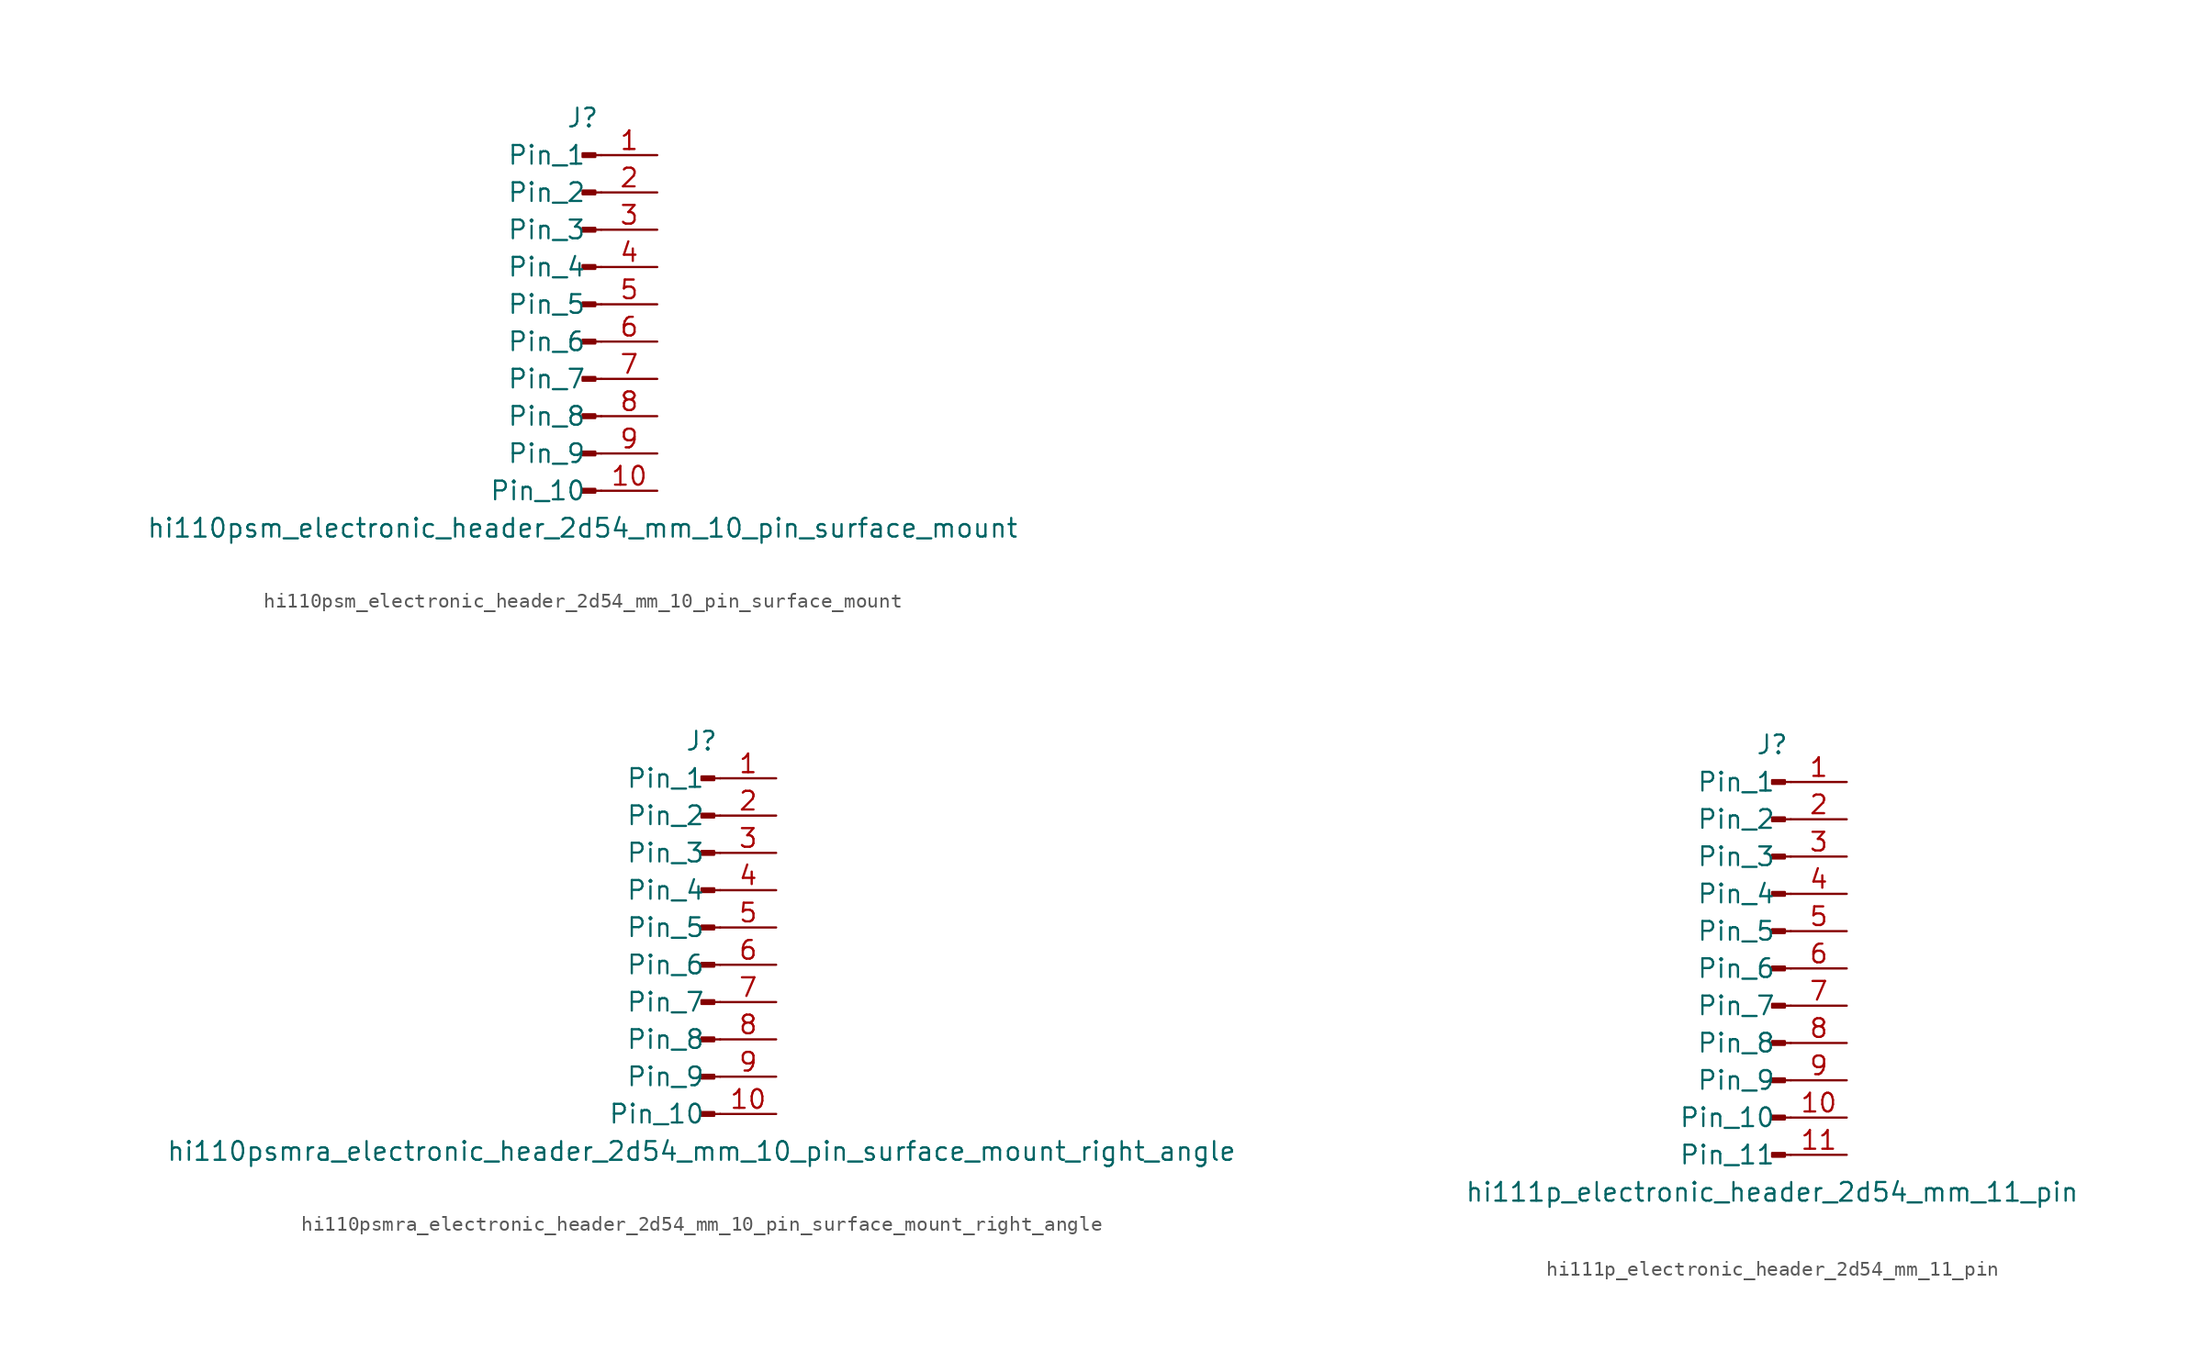
<source format=kicad_sym>
(kicad_symbol_lib
  (version 20220914)
  (generator kicad_symbol_editor)
  (symbol "hi110psm_electronic_header_2d54_mm_10_pin_surface_mount"
    (pin_names
      (offset 1.016))
    (property "Reference" "J"
      (at 0 12.7 0)
      (effects (font (size 1.27 1.27))))
    (property "Value" "hi110psm_electronic_header_2d54_mm_10_pin_surface_mount"
      (at 0 -15.24 0)
      (effects (font (size 1.27 1.27))))
    (property "ki_locked" ""
      (at 0 0 0)
      (effects (font (size 1.27 1.27))))
    (symbol "hi110psm_electronic_header_2d54_mm_10_pin_surface_mount_1_1"
      (polyline (pts (xy 1.27 -12.7) (xy 0.864 -12.7)) (stroke (width 0.152) (type default)) (fill (type none)))
      (polyline (pts (xy 1.27 -10.16) (xy 0.864 -10.16)) (stroke (width 0.152) (type default)) (fill (type none)))
      (polyline (pts (xy 1.27 -7.62) (xy 0.864 -7.62)) (stroke (width 0.152) (type default)) (fill (type none)))
      (polyline (pts (xy 1.27 -5.08) (xy 0.864 -5.08)) (stroke (width 0.152) (type default)) (fill (type none)))
      (polyline (pts (xy 1.27 -2.54) (xy 0.864 -2.54)) (stroke (width 0.152) (type default)) (fill (type none)))
      (polyline (pts (xy 1.27 0) (xy 0.864 0)) (stroke (width 0.152) (type default)) (fill (type none)))
      (polyline (pts (xy 1.27 2.54) (xy 0.864 2.54)) (stroke (width 0.152) (type default)) (fill (type none)))
      (polyline (pts (xy 1.27 5.08) (xy 0.864 5.08)) (stroke (width 0.152) (type default)) (fill (type none)))
      (polyline (pts (xy 1.27 7.62) (xy 0.864 7.62)) (stroke (width 0.152) (type default)) (fill (type none)))
      (polyline (pts (xy 1.27 10.16) (xy 0.864 10.16)) (stroke (width 0.152) (type default)) (fill (type none)))
      (rectangle (start 0.864 -12.573) (end 0 -12.827) (stroke (width 0.152) (type default)) (fill (type outline)))
      (rectangle (start 0.864 -10.033) (end 0 -10.287) (stroke (width 0.152) (type default)) (fill (type outline)))
      (rectangle (start 0.864 -7.493) (end 0 -7.747) (stroke (width 0.152) (type default)) (fill (type outline)))
      (rectangle (start 0.864 -4.953) (end 0 -5.207) (stroke (width 0.152) (type default)) (fill (type outline)))
      (rectangle (start 0.864 -2.413) (end 0 -2.667) (stroke (width 0.152) (type default)) (fill (type outline)))
      (rectangle (start 0.864 0.127) (end 0 -0.127) (stroke (width 0.152) (type default)) (fill (type outline)))
      (rectangle (start 0.864 2.667) (end 0 2.413) (stroke (width 0.152) (type default)) (fill (type outline)))
      (rectangle (start 0.864 5.207) (end 0 4.953) (stroke (width 0.152) (type default)) (fill (type outline)))
      (rectangle (start 0.864 7.747) (end 0 7.493) (stroke (width 0.152) (type default)) (fill (type outline)))
      (rectangle (start 0.864 10.287) (end 0 10.033) (stroke (width 0.152) (type default)) (fill (type outline)))
      (pin passive line (at 5.08 10.16 180) (length 3.81) (name "Pin_1" (effects (font (size 1.27 1.27)))) (number "1" (effects (font (size 1.27 1.27)))))
      (pin passive line (at 5.08 -12.7 180) (length 3.81) (name "Pin_10" (effects (font (size 1.27 1.27)))) (number "10" (effects (font (size 1.27 1.27)))))
      (pin passive line (at 5.08 7.62 180) (length 3.81) (name "Pin_2" (effects (font (size 1.27 1.27)))) (number "2" (effects (font (size 1.27 1.27)))))
      (pin passive line (at 5.08 5.08 180) (length 3.81) (name "Pin_3" (effects (font (size 1.27 1.27)))) (number "3" (effects (font (size 1.27 1.27)))))
      (pin passive line (at 5.08 2.54 180) (length 3.81) (name "Pin_4" (effects (font (size 1.27 1.27)))) (number "4" (effects (font (size 1.27 1.27)))))
      (pin passive line (at 5.08 0 180) (length 3.81) (name "Pin_5" (effects (font (size 1.27 1.27)))) (number "5" (effects (font (size 1.27 1.27)))))
      (pin passive line (at 5.08 -2.54 180) (length 3.81) (name "Pin_6" (effects (font (size 1.27 1.27)))) (number "6" (effects (font (size 1.27 1.27)))))
      (pin passive line (at 5.08 -5.08 180) (length 3.81) (name "Pin_7" (effects (font (size 1.27 1.27)))) (number "7" (effects (font (size 1.27 1.27)))))
      (pin passive line (at 5.08 -7.62 180) (length 3.81) (name "Pin_8" (effects (font (size 1.27 1.27)))) (number "8" (effects (font (size 1.27 1.27)))))
      (pin passive line (at 5.08 -10.16 180) (length 3.81) (name "Pin_9" (effects (font (size 1.27 1.27)))) (number "9" (effects (font (size 1.27 1.27)))))))
  (symbol "hi110psmra_electronic_header_2d54_mm_10_pin_surface_mount_right_angle"
    (pin_names
      (offset 1.016))
    (property "Reference" "J"
      (at 0 12.7 0)
      (effects (font (size 1.27 1.27))))
    (property "Value" "hi110psmra_electronic_header_2d54_mm_10_pin_surface_mount_right_angle"
      (at 0 -15.24 0)
      (effects (font (size 1.27 1.27))))
    (property "ki_locked" ""
      (at 0 0 0)
      (effects (font (size 1.27 1.27))))
    (symbol "hi110psmra_electronic_header_2d54_mm_10_pin_surface_mount_right_angle_1_1"
      (polyline (pts (xy 1.27 -12.7) (xy 0.864 -12.7)) (stroke (width 0.152) (type default)) (fill (type none)))
      (polyline (pts (xy 1.27 -10.16) (xy 0.864 -10.16)) (stroke (width 0.152) (type default)) (fill (type none)))
      (polyline (pts (xy 1.27 -7.62) (xy 0.864 -7.62)) (stroke (width 0.152) (type default)) (fill (type none)))
      (polyline (pts (xy 1.27 -5.08) (xy 0.864 -5.08)) (stroke (width 0.152) (type default)) (fill (type none)))
      (polyline (pts (xy 1.27 -2.54) (xy 0.864 -2.54)) (stroke (width 0.152) (type default)) (fill (type none)))
      (polyline (pts (xy 1.27 0) (xy 0.864 0)) (stroke (width 0.152) (type default)) (fill (type none)))
      (polyline (pts (xy 1.27 2.54) (xy 0.864 2.54)) (stroke (width 0.152) (type default)) (fill (type none)))
      (polyline (pts (xy 1.27 5.08) (xy 0.864 5.08)) (stroke (width 0.152) (type default)) (fill (type none)))
      (polyline (pts (xy 1.27 7.62) (xy 0.864 7.62)) (stroke (width 0.152) (type default)) (fill (type none)))
      (polyline (pts (xy 1.27 10.16) (xy 0.864 10.16)) (stroke (width 0.152) (type default)) (fill (type none)))
      (rectangle (start 0.864 -12.573) (end 0 -12.827) (stroke (width 0.152) (type default)) (fill (type outline)))
      (rectangle (start 0.864 -10.033) (end 0 -10.287) (stroke (width 0.152) (type default)) (fill (type outline)))
      (rectangle (start 0.864 -7.493) (end 0 -7.747) (stroke (width 0.152) (type default)) (fill (type outline)))
      (rectangle (start 0.864 -4.953) (end 0 -5.207) (stroke (width 0.152) (type default)) (fill (type outline)))
      (rectangle (start 0.864 -2.413) (end 0 -2.667) (stroke (width 0.152) (type default)) (fill (type outline)))
      (rectangle (start 0.864 0.127) (end 0 -0.127) (stroke (width 0.152) (type default)) (fill (type outline)))
      (rectangle (start 0.864 2.667) (end 0 2.413) (stroke (width 0.152) (type default)) (fill (type outline)))
      (rectangle (start 0.864 5.207) (end 0 4.953) (stroke (width 0.152) (type default)) (fill (type outline)))
      (rectangle (start 0.864 7.747) (end 0 7.493) (stroke (width 0.152) (type default)) (fill (type outline)))
      (rectangle (start 0.864 10.287) (end 0 10.033) (stroke (width 0.152) (type default)) (fill (type outline)))
      (pin passive line (at 5.08 10.16 180) (length 3.81) (name "Pin_1" (effects (font (size 1.27 1.27)))) (number "1" (effects (font (size 1.27 1.27)))))
      (pin passive line (at 5.08 -12.7 180) (length 3.81) (name "Pin_10" (effects (font (size 1.27 1.27)))) (number "10" (effects (font (size 1.27 1.27)))))
      (pin passive line (at 5.08 7.62 180) (length 3.81) (name "Pin_2" (effects (font (size 1.27 1.27)))) (number "2" (effects (font (size 1.27 1.27)))))
      (pin passive line (at 5.08 5.08 180) (length 3.81) (name "Pin_3" (effects (font (size 1.27 1.27)))) (number "3" (effects (font (size 1.27 1.27)))))
      (pin passive line (at 5.08 2.54 180) (length 3.81) (name "Pin_4" (effects (font (size 1.27 1.27)))) (number "4" (effects (font (size 1.27 1.27)))))
      (pin passive line (at 5.08 0 180) (length 3.81) (name "Pin_5" (effects (font (size 1.27 1.27)))) (number "5" (effects (font (size 1.27 1.27)))))
      (pin passive line (at 5.08 -2.54 180) (length 3.81) (name "Pin_6" (effects (font (size 1.27 1.27)))) (number "6" (effects (font (size 1.27 1.27)))))
      (pin passive line (at 5.08 -5.08 180) (length 3.81) (name "Pin_7" (effects (font (size 1.27 1.27)))) (number "7" (effects (font (size 1.27 1.27)))))
      (pin passive line (at 5.08 -7.62 180) (length 3.81) (name "Pin_8" (effects (font (size 1.27 1.27)))) (number "8" (effects (font (size 1.27 1.27)))))
      (pin passive line (at 5.08 -10.16 180) (length 3.81) (name "Pin_9" (effects (font (size 1.27 1.27)))) (number "9" (effects (font (size 1.27 1.27)))))))
  (symbol "hi111p_electronic_header_2d54_mm_11_pin"
    (pin_names
      (offset 1.016))
    (property "Reference" "J"
      (at 0 15.24 0)
      (effects (font (size 1.27 1.27))))
    (property "Value" "hi111p_electronic_header_2d54_mm_11_pin"
      (at 0 -15.24 0)
      (effects (font (size 1.27 1.27))))
    (property "ki_locked" ""
      (at 0 0 0)
      (effects (font (size 1.27 1.27))))
    (symbol "hi111p_electronic_header_2d54_mm_11_pin_1_1"
      (polyline (pts (xy 1.27 -12.7) (xy 0.864 -12.7)) (stroke (width 0.152) (type default)) (fill (type none)))
      (polyline (pts (xy 1.27 -10.16) (xy 0.864 -10.16)) (stroke (width 0.152) (type default)) (fill (type none)))
      (polyline (pts (xy 1.27 -7.62) (xy 0.864 -7.62)) (stroke (width 0.152) (type default)) (fill (type none)))
      (polyline (pts (xy 1.27 -5.08) (xy 0.864 -5.08)) (stroke (width 0.152) (type default)) (fill (type none)))
      (polyline (pts (xy 1.27 -2.54) (xy 0.864 -2.54)) (stroke (width 0.152) (type default)) (fill (type none)))
      (polyline (pts (xy 1.27 0) (xy 0.864 0)) (stroke (width 0.152) (type default)) (fill (type none)))
      (polyline (pts (xy 1.27 2.54) (xy 0.864 2.54)) (stroke (width 0.152) (type default)) (fill (type none)))
      (polyline (pts (xy 1.27 5.08) (xy 0.864 5.08)) (stroke (width 0.152) (type default)) (fill (type none)))
      (polyline (pts (xy 1.27 7.62) (xy 0.864 7.62)) (stroke (width 0.152) (type default)) (fill (type none)))
      (polyline (pts (xy 1.27 10.16) (xy 0.864 10.16)) (stroke (width 0.152) (type default)) (fill (type none)))
      (polyline (pts (xy 1.27 12.7) (xy 0.864 12.7)) (stroke (width 0.152) (type default)) (fill (type none)))
      (rectangle (start 0.864 -12.573) (end 0 -12.827) (stroke (width 0.152) (type default)) (fill (type outline)))
      (rectangle (start 0.864 -10.033) (end 0 -10.287) (stroke (width 0.152) (type default)) (fill (type outline)))
      (rectangle (start 0.864 -7.493) (end 0 -7.747) (stroke (width 0.152) (type default)) (fill (type outline)))
      (rectangle (start 0.864 -4.953) (end 0 -5.207) (stroke (width 0.152) (type default)) (fill (type outline)))
      (rectangle (start 0.864 -2.413) (end 0 -2.667) (stroke (width 0.152) (type default)) (fill (type outline)))
      (rectangle (start 0.864 0.127) (end 0 -0.127) (stroke (width 0.152) (type default)) (fill (type outline)))
      (rectangle (start 0.864 2.667) (end 0 2.413) (stroke (width 0.152) (type default)) (fill (type outline)))
      (rectangle (start 0.864 5.207) (end 0 4.953) (stroke (width 0.152) (type default)) (fill (type outline)))
      (rectangle (start 0.864 7.747) (end 0 7.493) (stroke (width 0.152) (type default)) (fill (type outline)))
      (rectangle (start 0.864 10.287) (end 0 10.033) (stroke (width 0.152) (type default)) (fill (type outline)))
      (rectangle (start 0.864 12.827) (end 0 12.573) (stroke (width 0.152) (type default)) (fill (type outline)))
      (pin passive line (at 5.08 12.7 180) (length 3.81) (name "Pin_1" (effects (font (size 1.27 1.27)))) (number "1" (effects (font (size 1.27 1.27)))))
      (pin passive line (at 5.08 -10.16 180) (length 3.81) (name "Pin_10" (effects (font (size 1.27 1.27)))) (number "10" (effects (font (size 1.27 1.27)))))
      (pin passive line (at 5.08 -12.7 180) (length 3.81) (name "Pin_11" (effects (font (size 1.27 1.27)))) (number "11" (effects (font (size 1.27 1.27)))))
      (pin passive line (at 5.08 10.16 180) (length 3.81) (name "Pin_2" (effects (font (size 1.27 1.27)))) (number "2" (effects (font (size 1.27 1.27)))))
      (pin passive line (at 5.08 7.62 180) (length 3.81) (name "Pin_3" (effects (font (size 1.27 1.27)))) (number "3" (effects (font (size 1.27 1.27)))))
      (pin passive line (at 5.08 5.08 180) (length 3.81) (name "Pin_4" (effects (font (size 1.27 1.27)))) (number "4" (effects (font (size 1.27 1.27)))))
      (pin passive line (at 5.08 2.54 180) (length 3.81) (name "Pin_5" (effects (font (size 1.27 1.27)))) (number "5" (effects (font (size 1.27 1.27)))))
      (pin passive line (at 5.08 0 180) (length 3.81) (name "Pin_6" (effects (font (size 1.27 1.27)))) (number "6" (effects (font (size 1.27 1.27)))))
      (pin passive line (at 5.08 -2.54 180) (length 3.81) (name "Pin_7" (effects (font (size 1.27 1.27)))) (number "7" (effects (font (size 1.27 1.27)))))
      (pin passive line (at 5.08 -5.08 180) (length 3.81) (name "Pin_8" (effects (font (size 1.27 1.27)))) (number "8" (effects (font (size 1.27 1.27)))))
      (pin passive line (at 5.08 -7.62 180) (length 3.81) (name "Pin_9" (effects (font (size 1.27 1.27)))) (number "9" (effects (font (size 1.27 1.27))))))))
</source>
